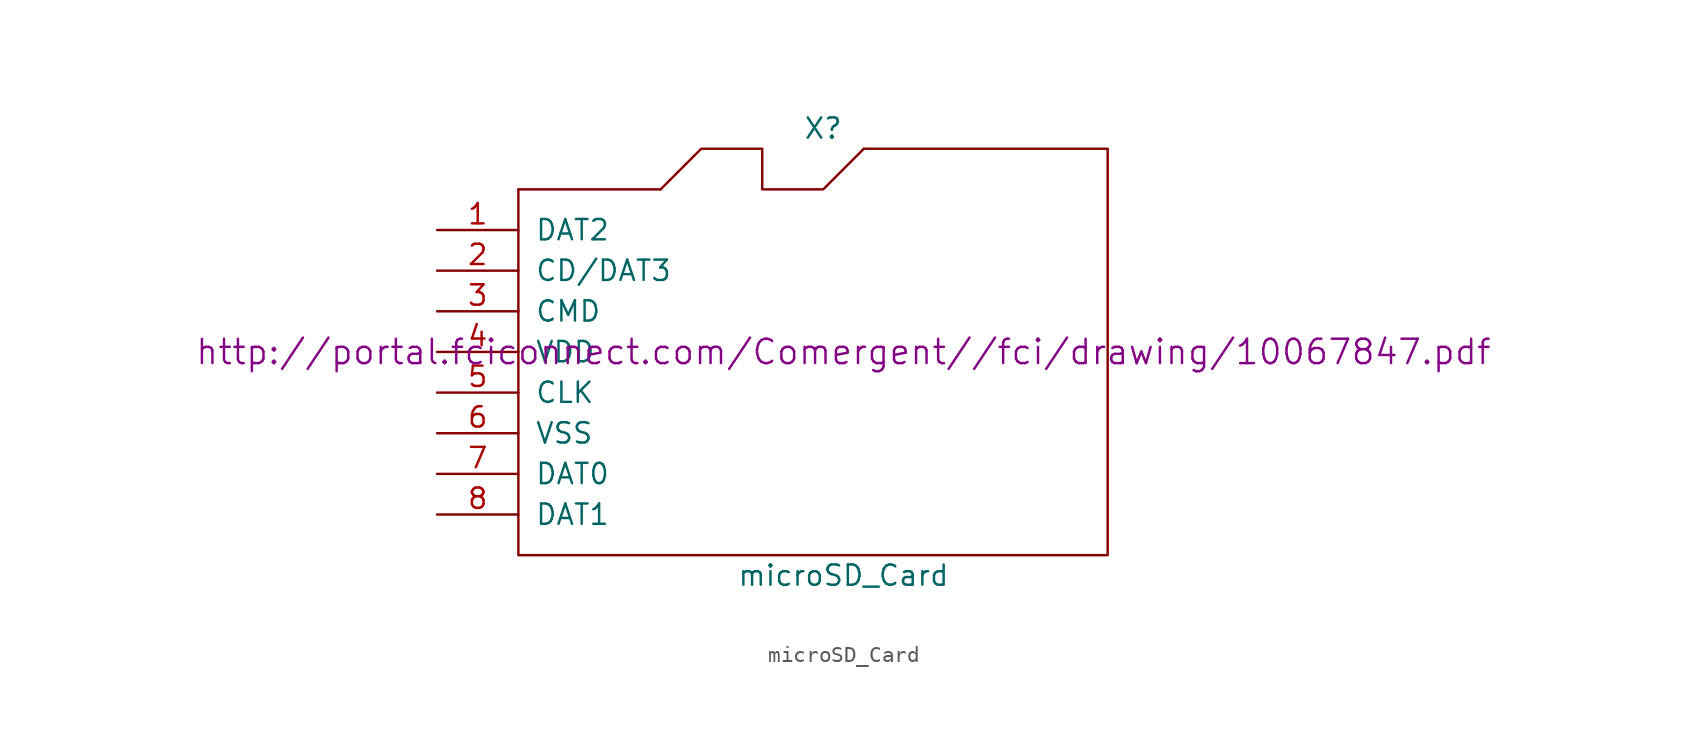
<source format=kicad_sym>
(kicad_symbol_lib
  (version 20220914)
  (generator kicad_symbol_editor)
  (symbol "microSD_Card"
    (pin_names
      (offset 1.016))
    (property "Reference" "X"
      (at -1.27 13.97 0)
      (effects (font (size 1.27 1.27))))
    (property "Value" "microSD_Card"
      (at 0 -13.97 0)
      (effects (font (size 1.27 1.27))))
    (property "Footprint" ""
      (at 5.08 8.89 0)
      (effects (font (size 1.27 1.27))))
    (property "Datasheet" "http://portal.fciconnect.com/Comergent//fci/drawing/10067847.pdf"
      (at 0 0 0)
      (effects (font (size 1.524 1.524))))
    (symbol "microSD_Card_0_1"
      (rectangle (start -20.32 10.16) (end -11.43 10.16) (stroke (width 0) (type solid)) (fill (type none)))
      (polyline (pts (xy -20.32 10.16) (xy -20.32 -12.7) (xy 16.51 -12.7) (xy 16.51 12.7) (xy 1.27 12.7)) (stroke (width 0) (type solid)) (fill (type none)))
      (polyline (pts (xy -11.43 10.16) (xy -8.89 12.7) (xy -5.08 12.7) (xy -5.08 10.16) (xy -1.27 10.16) (xy 1.27 12.7)) (stroke (width 0) (type solid)) (fill (type none))))
    (symbol "microSD_Card_1_1"
      (pin input line (at -25.4 7.62 0) (length 5.08) (name "DAT2" (effects (font (size 1.27 1.27)))) (number "1" (effects (font (size 1.27 1.27)))))
      (pin input line (at -25.4 5.08 0) (length 5.08) (name "CD/DAT3" (effects (font (size 1.27 1.27)))) (number "2" (effects (font (size 1.27 1.27)))))
      (pin input line (at -25.4 2.54 0) (length 5.08) (name "CMD" (effects (font (size 1.27 1.27)))) (number "3" (effects (font (size 1.27 1.27)))))
      (pin input line (at -25.4 0 0) (length 5.08) (name "VDD" (effects (font (size 1.27 1.27)))) (number "4" (effects (font (size 1.27 1.27)))))
      (pin input line (at -25.4 -2.54 0) (length 5.08) (name "CLK" (effects (font (size 1.27 1.27)))) (number "5" (effects (font (size 1.27 1.27)))))
      (pin input line (at -25.4 -5.08 0) (length 5.08) (name "VSS" (effects (font (size 1.27 1.27)))) (number "6" (effects (font (size 1.27 1.27)))))
      (pin input line (at -25.4 -7.62 0) (length 5.08) (name "DAT0" (effects (font (size 1.27 1.27)))) (number "7" (effects (font (size 1.27 1.27)))))
      (pin input line (at -25.4 -10.16 0) (length 5.08) (name "DAT1" (effects (font (size 1.27 1.27)))) (number "8" (effects (font (size 1.27 1.27))))))))
</source>
